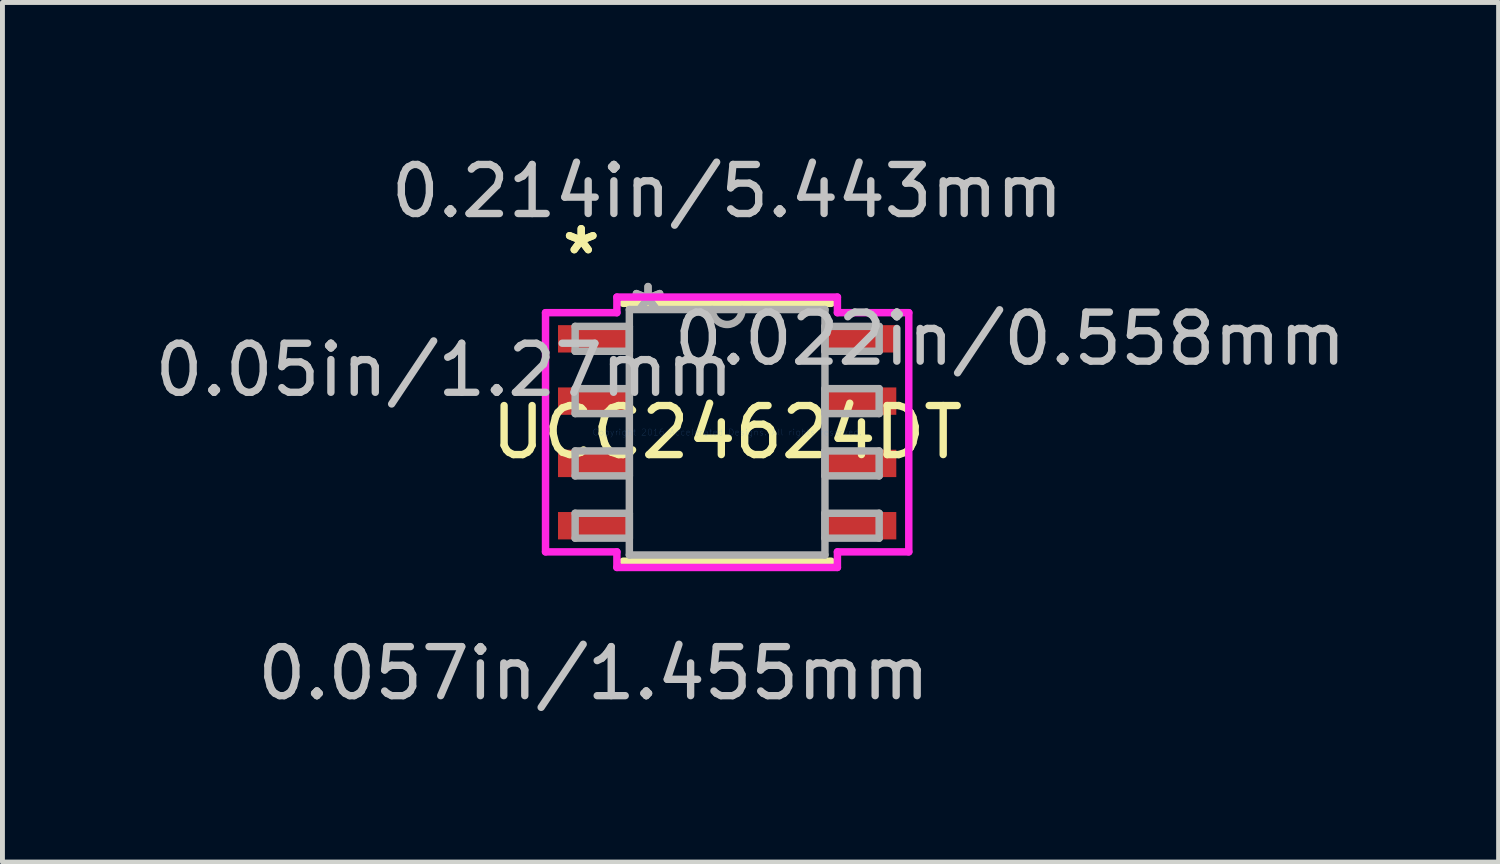
<source format=kicad_pcb>
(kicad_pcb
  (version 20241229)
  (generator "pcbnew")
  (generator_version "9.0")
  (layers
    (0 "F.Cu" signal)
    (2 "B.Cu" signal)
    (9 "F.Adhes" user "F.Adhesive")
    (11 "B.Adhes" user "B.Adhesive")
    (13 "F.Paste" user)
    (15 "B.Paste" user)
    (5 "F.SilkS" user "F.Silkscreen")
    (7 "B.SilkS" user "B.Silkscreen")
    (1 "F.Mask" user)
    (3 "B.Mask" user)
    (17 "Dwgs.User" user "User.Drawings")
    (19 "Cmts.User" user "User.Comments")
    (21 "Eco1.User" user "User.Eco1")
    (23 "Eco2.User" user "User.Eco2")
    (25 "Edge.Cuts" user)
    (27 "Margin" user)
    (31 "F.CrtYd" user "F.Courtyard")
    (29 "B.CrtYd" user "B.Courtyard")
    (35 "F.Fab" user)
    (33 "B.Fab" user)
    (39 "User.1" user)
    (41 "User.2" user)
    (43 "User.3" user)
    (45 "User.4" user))
  (footprint "UCC24624DT"
    (layer "F.Cu")
    (at 11.775 5.763)
    (property "Reference" "UCC24624DT" (at 0 0 0) (layer "F.SilkS") (effects (font (size 1 1) (thickness 0.15))))
    (attr through_hole)
    (fp_line (start -2.121 2.629) (end 2.121 2.629) (stroke (width 0.152) (type solid)) (layer "F.SilkS"))
    (fp_line (start 2.121 -2.629) (end -2.121 -2.629) (stroke (width 0.152) (type solid)) (layer "F.SilkS"))
    (fp_line (start -3.703 -2.438) (end -2.248 -2.438) (stroke (width 0.152) (type solid)) (layer "F.CrtYd"))
    (fp_line (start -3.703 2.438) (end -3.703 -2.438) (stroke (width 0.152) (type solid)) (layer "F.CrtYd"))
    (fp_line (start -2.248 -2.756) (end 2.248 -2.756) (stroke (width 0.152) (type solid)) (layer "F.CrtYd"))
    (fp_line (start -2.248 -2.438) (end -2.248 -2.756) (stroke (width 0.152) (type solid)) (layer "F.CrtYd"))
    (fp_line (start -2.248 2.438) (end -3.703 2.438) (stroke (width 0.152) (type solid)) (layer "F.CrtYd"))
    (fp_line (start -2.248 2.756) (end -2.248 2.438) (stroke (width 0.152) (type solid)) (layer "F.CrtYd"))
    (fp_line (start 2.248 -2.756) (end 2.248 -2.438) (stroke (width 0.152) (type solid)) (layer "F.CrtYd"))
    (fp_line (start 2.248 -2.438) (end 3.703 -2.438) (stroke (width 0.152) (type solid)) (layer "F.CrtYd"))
    (fp_line (start 2.248 2.438) (end 2.248 2.756) (stroke (width 0.152) (type solid)) (layer "F.CrtYd"))
    (fp_line (start 2.248 2.756) (end -2.248 2.756) (stroke (width 0.152) (type solid)) (layer "F.CrtYd"))
    (fp_line (start 3.703 -2.438) (end 3.703 2.438) (stroke (width 0.152) (type solid)) (layer "F.CrtYd"))
    (fp_line (start 3.703 2.438) (end 2.248 2.438) (stroke (width 0.152) (type solid)) (layer "F.CrtYd"))
    (fp_line (start -3.099 -2.159) (end -3.099 -1.651) (stroke (width 0.152) (type solid)) (layer "F.Fab"))
    (fp_line (start -3.099 -1.651) (end -1.994 -1.651) (stroke (width 0.152) (type solid)) (layer "F.Fab"))
    (fp_line (start -3.099 -0.889) (end -3.099 -0.381) (stroke (width 0.152) (type solid)) (layer "F.Fab"))
    (fp_line (start -3.099 -0.381) (end -1.994 -0.381) (stroke (width 0.152) (type solid)) (layer "F.Fab"))
    (fp_line (start -3.099 0.381) (end -3.099 0.889) (stroke (width 0.152) (type solid)) (layer "F.Fab"))
    (fp_line (start -3.099 0.889) (end -1.994 0.889) (stroke (width 0.152) (type solid)) (layer "F.Fab"))
    (fp_line (start -3.099 1.651) (end -3.099 2.159) (stroke (width 0.152) (type solid)) (layer "F.Fab"))
    (fp_line (start -3.099 2.159) (end -1.994 2.159) (stroke (width 0.152) (type solid)) (layer "F.Fab"))
    (fp_line (start -1.994 -2.502) (end -1.994 2.502) (stroke (width 0.152) (type solid)) (layer "F.Fab"))
    (fp_line (start -1.994 -2.159) (end -3.099 -2.159) (stroke (width 0.152) (type solid)) (layer "F.Fab"))
    (fp_line (start -1.994 -1.651) (end -1.994 -2.159) (stroke (width 0.152) (type solid)) (layer "F.Fab"))
    (fp_line (start -1.994 -0.889) (end -3.099 -0.889) (stroke (width 0.152) (type solid)) (layer "F.Fab"))
    (fp_line (start -1.994 -0.381) (end -1.994 -0.889) (stroke (width 0.152) (type solid)) (layer "F.Fab"))
    (fp_line (start -1.994 0.381) (end -3.099 0.381) (stroke (width 0.152) (type solid)) (layer "F.Fab"))
    (fp_line (start -1.994 0.889) (end -1.994 0.381) (stroke (width 0.152) (type solid)) (layer "F.Fab"))
    (fp_line (start -1.994 1.651) (end -3.099 1.651) (stroke (width 0.152) (type solid)) (layer "F.Fab"))
    (fp_line (start -1.994 2.159) (end -1.994 1.651) (stroke (width 0.152) (type solid)) (layer "F.Fab"))
    (fp_line (start -1.994 2.502) (end 1.994 2.502) (stroke (width 0.152) (type solid)) (layer "F.Fab"))
    (fp_line (start 1.994 -2.502) (end -1.994 -2.502) (stroke (width 0.152) (type solid)) (layer "F.Fab"))
    (fp_line (start 1.994 -2.159) (end 1.994 -1.651) (stroke (width 0.152) (type solid)) (layer "F.Fab"))
    (fp_line (start 1.994 -1.651) (end 3.099 -1.651) (stroke (width 0.152) (type solid)) (layer "F.Fab"))
    (fp_line (start 1.994 -0.889) (end 1.994 -0.381) (stroke (width 0.152) (type solid)) (layer "F.Fab"))
    (fp_line (start 1.994 -0.381) (end 3.099 -0.381) (stroke (width 0.152) (type solid)) (layer "F.Fab"))
    (fp_line (start 1.994 0.381) (end 1.994 0.889) (stroke (width 0.152) (type solid)) (layer "F.Fab"))
    (fp_line (start 1.994 0.889) (end 3.099 0.889) (stroke (width 0.152) (type solid)) (layer "F.Fab"))
    (fp_line (start 1.994 1.651) (end 1.994 2.159) (stroke (width 0.152) (type solid)) (layer "F.Fab"))
    (fp_line (start 1.994 2.159) (end 3.099 2.159) (stroke (width 0.152) (type solid)) (layer "F.Fab"))
    (fp_line (start 1.994 2.502) (end 1.994 -2.502) (stroke (width 0.152) (type solid)) (layer "F.Fab"))
    (fp_line (start 3.099 -2.159) (end 1.994 -2.159) (stroke (width 0.152) (type solid)) (layer "F.Fab"))
    (fp_line (start 3.099 -1.651) (end 3.099 -2.159) (stroke (width 0.152) (type solid)) (layer "F.Fab"))
    (fp_line (start 3.099 -0.889) (end 1.994 -0.889) (stroke (width 0.152) (type solid)) (layer "F.Fab"))
    (fp_line (start 3.099 -0.381) (end 3.099 -0.889) (stroke (width 0.152) (type solid)) (layer "F.Fab"))
    (fp_line (start 3.099 0.381) (end 1.994 0.381) (stroke (width 0.152) (type solid)) (layer "F.Fab"))
    (fp_line (start 3.099 0.889) (end 3.099 0.381) (stroke (width 0.152) (type solid)) (layer "F.Fab"))
    (fp_line (start 3.099 1.651) (end 1.994 1.651) (stroke (width 0.152) (type solid)) (layer "F.Fab"))
    (fp_line (start 3.099 2.159) (end 3.099 1.651) (stroke (width 0.152) (type solid)) (layer "F.Fab"))
    (fp_arc (start 0.3048 -2.5019) (mid 0 -2.1971) (end -0.3048 -2.5019) (stroke (width 0.1524) (type solid)) (layer "F.Fab"))
    (fp_text user "*" (at -2.975 -3.606 0) (layer "F.SilkS") (effects (font (size 1 1) (thickness 0.15))))
    (fp_text user "*" (at -2.975 -3.606 0) (layer "F.SilkS") (effects (font (size 1 1) (thickness 0.15))))
    (fp_text user "0.022in/0.558mm" (at 5.769 -1.905 0) (layer "Dwgs.User") (effects (font (size 1 1) (thickness 0.15))))
    (fp_text user "0.057in/1.455mm" (at -2.721 4.915 0) (layer "Dwgs.User") (effects (font (size 1 1) (thickness 0.15))))
    (fp_text user "0.05in/1.27mm" (at -5.769 -1.27 0) (layer "Dwgs.User") (effects (font (size 1 1) (thickness 0.15))))
    (fp_text user "0.214in/5.443mm" (at 0 -4.915 0) (layer "Dwgs.User") (effects (font (size 1 1) (thickness 0.15))))
    (fp_text user "Copyright 2016 Accelerated Designs. All rights reserved." (at 0 0 0) (layer "Cmts.User") (effects (font (size 0.127 0.127) (thickness 0.002))))
    (fp_text user "*" (at -1.613 -2.426 0) (layer "F.Fab") (effects (font (size 1 1) (thickness 0.15))))
    (fp_text user "*" (at -1.613 -2.426 0) (layer "F.Fab") (effects (font (size 1 1) (thickness 0.15))))
    (pad "1" smd rect (at -2.721 -1.905) (size 1.455 0.558) (layers "F.Cu" "F.Mask" "F.Paste"))
    (pad "2" smd rect (at -2.721 -0.635) (size 1.455 0.558) (layers "F.Cu" "F.Mask" "F.Paste"))
    (pad "3" smd rect (at -2.721 0.635) (size 1.455 0.558) (layers "F.Cu" "F.Mask" "F.Paste"))
    (pad "4" smd rect (at -2.721 1.905) (size 1.455 0.558) (layers "F.Cu" "F.Mask" "F.Paste"))
    (pad "5" smd rect (at 2.721 1.905) (size 1.455 0.558) (layers "F.Cu" "F.Mask" "F.Paste"))
    (pad "6" smd rect (at 2.721 0.635) (size 1.455 0.558) (layers "F.Cu" "F.Mask" "F.Paste"))
    (pad "7" smd rect (at 2.721 -0.635) (size 1.455 0.558) (layers "F.Cu" "F.Mask" "F.Paste"))
    (pad "8" smd rect (at 2.721 -1.905) (size 1.455 0.558) (layers "F.Cu" "F.Mask" "F.Paste")))
  (gr_rect
    (start -3 -3)
    (end 27.503 14.526)
    (stroke (width 0.1) (type default))
    (fill no)
    (layer "Edge.Cuts")))
</source>
